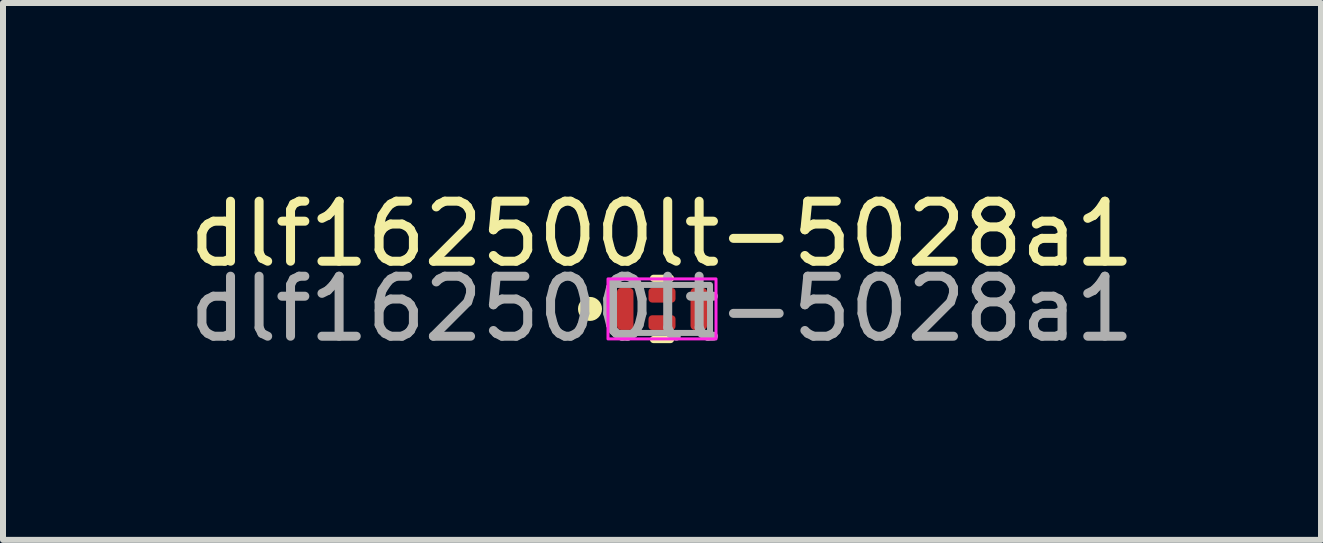
<source format=kicad_pcb>
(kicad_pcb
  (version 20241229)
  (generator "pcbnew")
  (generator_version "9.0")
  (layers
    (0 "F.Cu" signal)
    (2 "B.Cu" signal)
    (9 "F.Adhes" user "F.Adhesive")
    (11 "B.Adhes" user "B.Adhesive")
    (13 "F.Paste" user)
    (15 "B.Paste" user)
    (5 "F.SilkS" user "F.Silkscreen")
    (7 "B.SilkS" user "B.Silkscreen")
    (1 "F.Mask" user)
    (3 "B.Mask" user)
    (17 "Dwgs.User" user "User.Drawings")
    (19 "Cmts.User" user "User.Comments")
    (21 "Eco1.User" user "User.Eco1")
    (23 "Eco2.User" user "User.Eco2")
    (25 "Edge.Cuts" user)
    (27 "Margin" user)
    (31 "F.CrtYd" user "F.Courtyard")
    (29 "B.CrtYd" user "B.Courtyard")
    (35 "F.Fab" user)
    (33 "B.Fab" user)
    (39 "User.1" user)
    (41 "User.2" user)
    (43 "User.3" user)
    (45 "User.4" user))
  (footprint "dlf162500lt-5028a1"
    (layer "F.Cu")
    (at 7.982 2.098)
    (property "Reference" "dlf162500lt-5028a1" (at 0 -1.25 0) (unlocked yes) (layer "F.SilkS") (effects (font (size 1 1) (thickness 0.15))))
    (attr smd)
    (fp_line (start -0.141 -0.51) (end 0.141 -0.51) (stroke (width 0.12) (type solid)) (layer "F.SilkS"))
    (fp_line (start -0.141 0.51) (end 0.141 0.51) (stroke (width 0.12) (type solid)) (layer "F.SilkS"))
    (fp_circle (center -1.2 0) (end -1 0) (stroke (width 0) (type solid)) (fill yes) (layer "F.SilkS"))
    (fp_rect (start -0.9 -0.5) (end 0.9 0.5) (stroke (width 0.05) (type solid)) (fill no) (layer "F.CrtYd"))
    (fp_rect (start -0.8 -0.4) (end 0.8 0.4) (stroke (width 0.1) (type solid)) (fill no) (layer "F.Fab"))
    (fp_text user "${REFERENCE}" (at 0 0 0) (unlocked yes) (layer "F.Fab") (effects (font (size 1 1) (thickness 0.15))))
    (pad "1" smd roundrect (at -0.613 0) (size 0.275 0.7) (layers "F.Cu" "F.Mask" "F.Paste") (roundrect_rratio 0.25))
    (pad "2" smd roundrect (at 0 -0.228) (size 0.45 0.245) (layers "F.Cu" "F.Mask" "F.Paste") (roundrect_rratio 0.25))
    (pad "3" smd roundrect (at 0.613 0) (size 0.275 0.7) (layers "F.Cu" "F.Mask" "F.Paste") (roundrect_rratio 0.25))
    (pad "4" smd roundrect (at 0 0.228) (size 0.45 0.245) (layers "F.Cu" "F.Mask" "F.Paste") (roundrect_rratio 0.25)))
  (gr_rect
    (start -3 -3)
    (end 18.964 5.947)
    (stroke (width 0.1) (type default))
    (fill no)
    (layer "Edge.Cuts")))
</source>
